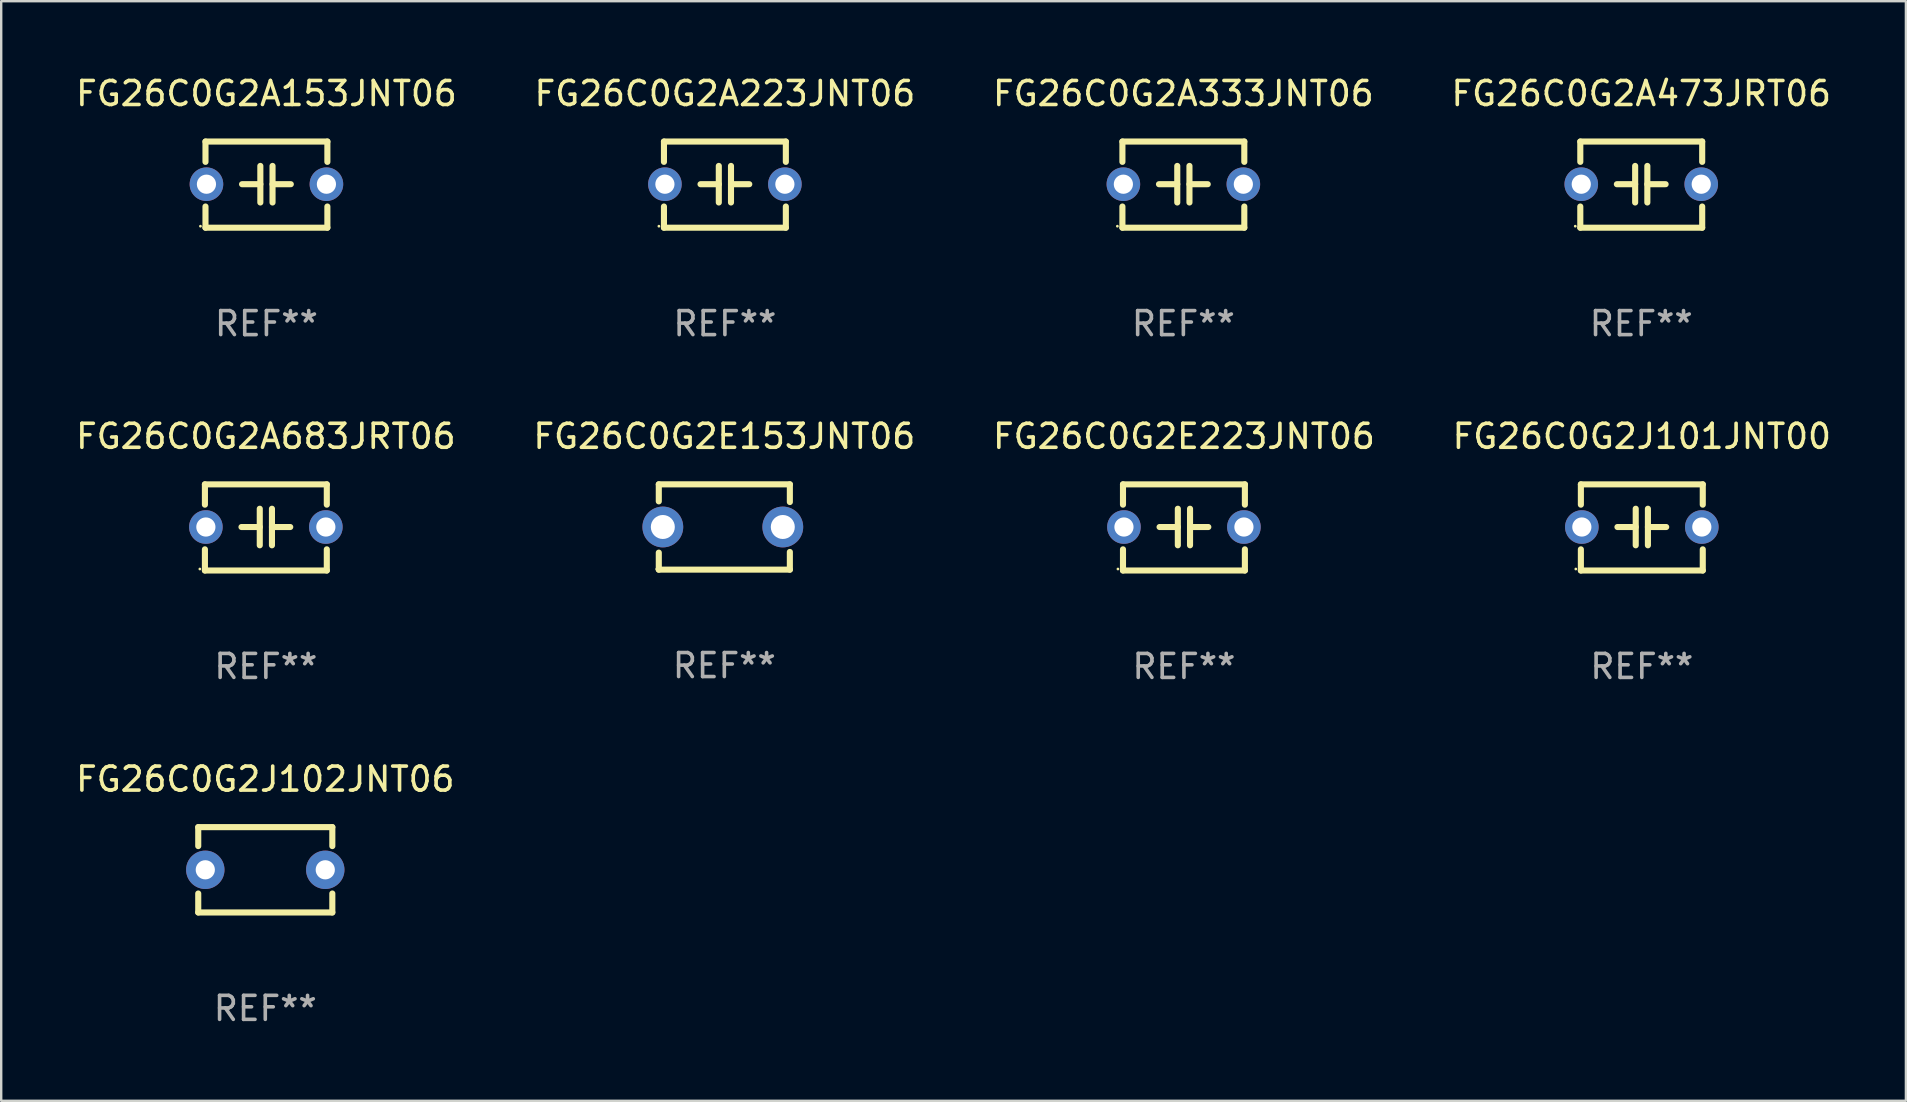
<source format=kicad_pcb>
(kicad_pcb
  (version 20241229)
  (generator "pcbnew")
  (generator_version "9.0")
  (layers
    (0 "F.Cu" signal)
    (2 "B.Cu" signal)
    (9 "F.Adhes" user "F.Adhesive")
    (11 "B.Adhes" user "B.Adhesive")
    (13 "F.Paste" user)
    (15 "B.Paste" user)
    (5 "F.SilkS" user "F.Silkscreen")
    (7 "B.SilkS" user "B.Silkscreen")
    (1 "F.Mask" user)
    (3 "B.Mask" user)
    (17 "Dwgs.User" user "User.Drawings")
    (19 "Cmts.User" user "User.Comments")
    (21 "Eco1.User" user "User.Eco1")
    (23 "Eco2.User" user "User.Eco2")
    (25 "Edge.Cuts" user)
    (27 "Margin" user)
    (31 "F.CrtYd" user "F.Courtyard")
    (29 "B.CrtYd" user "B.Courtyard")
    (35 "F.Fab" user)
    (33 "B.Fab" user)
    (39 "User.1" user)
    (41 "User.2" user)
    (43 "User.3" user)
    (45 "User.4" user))
  (footprint "FG26C0G2A223JNT06"
    (layer "F.Cu")
    (at 27.161 4.644)
    (property "Reference" "FG26C0G2A223JNT06" (at 0 -3.795 0) (layer "F.SilkS") (effects (font (size 1 1) (thickness 0.15))))
    (attr through_hole)
    (fp_line (start -2.54 -1.795) (end 2.54 -1.795) (stroke (width 0.254) (type solid)) (layer "F.SilkS"))
    (fp_line (start -2.54 -0.948) (end -2.54 -1.795) (stroke (width 0.254) (type solid)) (layer "F.SilkS"))
    (fp_line (start -2.54 1.795) (end -2.54 0.913) (stroke (width 0.254) (type solid)) (layer "F.SilkS"))
    (fp_line (start -1.016 -0.017) (end -0.254 -0.017) (stroke (width 0.254) (type solid)) (layer "F.SilkS"))
    (fp_line (start -0.254 0.745) (end -0.254 -0.779) (stroke (width 0.254) (type solid)) (layer "F.SilkS"))
    (fp_line (start 0.254 -0.779) (end 0.254 0.745) (stroke (width 0.254) (type solid)) (layer "F.SilkS"))
    (fp_line (start 1.016 -0.017) (end 0.254 -0.017) (stroke (width 0.254) (type solid)) (layer "F.SilkS"))
    (fp_line (start 2.54 -1.795) (end 2.54 -0.948) (stroke (width 0.254) (type solid)) (layer "F.SilkS"))
    (fp_line (start 2.54 1.795) (end -2.54 1.795) (stroke (width 0.254) (type solid)) (layer "F.SilkS"))
    (fp_line (start 2.54 1.795) (end 2.54 0.913) (stroke (width 0.254) (type solid)) (layer "F.SilkS"))
    (fp_circle (center -2.75 1.733) (end -2.72 1.733) (stroke (width 0.06) (type solid)) (fill no) (layer "F.SilkS"))
    (fp_text user "REF**" (at 0 5.795 0) (layer "F.Fab") (effects (font (size 1 1) (thickness 0.15))))
    (pad "1" thru_hole circle (at -2.5 -0.017) (size 1.4 1.4) (drill 0.8) (layers "*.Cu" "*.Mask"))
    (pad "2" thru_hole circle (at 2.5 -0.017) (size 1.4 1.4) (drill 0.8) (layers "*.Cu" "*.Mask")))
  (footprint "FG26C0G2J101JNT00"
    (layer "F.Cu")
    (at 65.375 18.931)
    (property "Reference" "FG26C0G2J101JNT00" (at 0 -3.795 0) (layer "F.SilkS") (effects (font (size 1 1) (thickness 0.15))))
    (attr through_hole)
    (fp_line (start -2.54 -1.795) (end 2.54 -1.795) (stroke (width 0.254) (type solid)) (layer "F.SilkS"))
    (fp_line (start -2.54 -0.948) (end -2.54 -1.795) (stroke (width 0.254) (type solid)) (layer "F.SilkS"))
    (fp_line (start -2.54 1.795) (end -2.54 0.913) (stroke (width 0.254) (type solid)) (layer "F.SilkS"))
    (fp_line (start -1.016 -0.017) (end -0.254 -0.017) (stroke (width 0.254) (type solid)) (layer "F.SilkS"))
    (fp_line (start -0.254 0.745) (end -0.254 -0.779) (stroke (width 0.254) (type solid)) (layer "F.SilkS"))
    (fp_line (start 0.254 -0.779) (end 0.254 0.745) (stroke (width 0.254) (type solid)) (layer "F.SilkS"))
    (fp_line (start 1.016 -0.017) (end 0.254 -0.017) (stroke (width 0.254) (type solid)) (layer "F.SilkS"))
    (fp_line (start 2.54 -1.795) (end 2.54 -0.948) (stroke (width 0.254) (type solid)) (layer "F.SilkS"))
    (fp_line (start 2.54 1.795) (end -2.54 1.795) (stroke (width 0.254) (type solid)) (layer "F.SilkS"))
    (fp_line (start 2.54 1.795) (end 2.54 0.913) (stroke (width 0.254) (type solid)) (layer "F.SilkS"))
    (fp_circle (center -2.75 1.733) (end -2.72 1.733) (stroke (width 0.06) (type solid)) (fill no) (layer "F.SilkS"))
    (fp_text user "REF**" (at 0 5.795 0) (layer "F.Fab") (effects (font (size 1 1) (thickness 0.15))))
    (pad "1" thru_hole circle (at -2.5 -0.017) (size 1.4 1.4) (drill 0.8) (layers "*.Cu" "*.Mask"))
    (pad "2" thru_hole circle (at 2.5 -0.017) (size 1.4 1.4) (drill 0.8) (layers "*.Cu" "*.Mask")))
  (footprint "FG26C0G2E153JNT06"
    (layer "F.Cu")
    (at 27.137 18.913)
    (property "Reference" "FG26C0G2E153JNT06" (at 0 -3.778 0) (layer "F.SilkS") (effects (font (size 1 1) (thickness 0.15))))
    (attr through_hole)
    (fp_line (start -2.731 -1.778) (end -2.731 -1.068) (stroke (width 0.254) (type solid)) (layer "F.SilkS"))
    (fp_line (start -2.731 1.068) (end -2.731 1.778) (stroke (width 0.254) (type solid)) (layer "F.SilkS"))
    (fp_line (start -2.731 1.778) (end 2.731 1.778) (stroke (width 0.254) (type solid)) (layer "F.SilkS"))
    (fp_line (start 2.731 -1.778) (end -2.731 -1.778) (stroke (width 0.254) (type solid)) (layer "F.SilkS"))
    (fp_line (start 2.731 -1.04) (end 2.731 -1.778) (stroke (width 0.254) (type solid)) (layer "F.SilkS"))
    (fp_line (start 2.731 1.778) (end 2.731 1.04) (stroke (width 0.254) (type solid)) (layer "F.SilkS"))
    (fp_circle (center -2.814 1.75) (end -2.784 1.75) (stroke (width 0.06) (type solid)) (fill no) (layer "F.SilkS"))
    (fp_text user "REF**" (at 0 5.778 0) (layer "F.Fab") (effects (font (size 1 1) (thickness 0.15))))
    (pad "1" thru_hole circle (at -2.563 0) (size 1.7 1.7) (drill 1) (layers "*.Cu" "*.Mask"))
    (pad "2" thru_hole circle (at 2.437 0) (size 1.7 1.7) (drill 1) (layers "*.Cu" "*.Mask")))
  (footprint "FG26C0G2A683JRT06"
    (layer "F.Cu")
    (at 8.03 18.931)
    (property "Reference" "FG26C0G2A683JRT06" (at 0 -3.795 0) (layer "F.SilkS") (effects (font (size 1 1) (thickness 0.15))))
    (attr through_hole)
    (fp_line (start -2.54 -1.795) (end 2.54 -1.795) (stroke (width 0.254) (type solid)) (layer "F.SilkS"))
    (fp_line (start -2.54 -0.948) (end -2.54 -1.795) (stroke (width 0.254) (type solid)) (layer "F.SilkS"))
    (fp_line (start -2.54 1.795) (end -2.54 0.913) (stroke (width 0.254) (type solid)) (layer "F.SilkS"))
    (fp_line (start -1.016 -0.017) (end -0.254 -0.017) (stroke (width 0.254) (type solid)) (layer "F.SilkS"))
    (fp_line (start -0.254 0.745) (end -0.254 -0.779) (stroke (width 0.254) (type solid)) (layer "F.SilkS"))
    (fp_line (start 0.254 -0.779) (end 0.254 0.745) (stroke (width 0.254) (type solid)) (layer "F.SilkS"))
    (fp_line (start 1.016 -0.017) (end 0.254 -0.017) (stroke (width 0.254) (type solid)) (layer "F.SilkS"))
    (fp_line (start 2.54 -1.795) (end 2.54 -0.948) (stroke (width 0.254) (type solid)) (layer "F.SilkS"))
    (fp_line (start 2.54 1.795) (end -2.54 1.795) (stroke (width 0.254) (type solid)) (layer "F.SilkS"))
    (fp_line (start 2.54 1.795) (end 2.54 0.913) (stroke (width 0.254) (type solid)) (layer "F.SilkS"))
    (fp_circle (center -2.75 1.733) (end -2.72 1.733) (stroke (width 0.06) (type solid)) (fill no) (layer "F.SilkS"))
    (fp_text user "REF**" (at 0 5.795 0) (layer "F.Fab") (effects (font (size 1 1) (thickness 0.15))))
    (pad "1" thru_hole circle (at -2.5 -0.017) (size 1.4 1.4) (drill 0.8) (layers "*.Cu" "*.Mask"))
    (pad "2" thru_hole circle (at 2.5 -0.017) (size 1.4 1.4) (drill 0.8) (layers "*.Cu" "*.Mask")))
  (footprint "FG26C0G2J102JNT06"
    (layer "F.Cu")
    (at 8.006 33.2)
    (property "Reference" "FG26C0G2J102JNT06" (at 0 -3.778 0) (layer "F.SilkS") (effects (font (size 1 1) (thickness 0.15))))
    (attr through_hole)
    (fp_line (start -2.794 -1.778) (end -2.794 -0.988) (stroke (width 0.254) (type solid)) (layer "F.SilkS"))
    (fp_line (start -2.794 0.988) (end -2.794 1.778) (stroke (width 0.254) (type solid)) (layer "F.SilkS"))
    (fp_line (start -2.794 1.778) (end 2.794 1.778) (stroke (width 0.254) (type solid)) (layer "F.SilkS"))
    (fp_line (start 2.794 -1.778) (end -2.794 -1.778) (stroke (width 0.254) (type solid)) (layer "F.SilkS"))
    (fp_line (start 2.794 -0.988) (end 2.794 -1.778) (stroke (width 0.254) (type solid)) (layer "F.SilkS"))
    (fp_line (start 2.794 1.778) (end 2.794 0.988) (stroke (width 0.254) (type solid)) (layer "F.SilkS"))
    (fp_circle (center -2.75 1.75) (end -2.72 1.75) (stroke (width 0.06) (type solid)) (fill no) (layer "F.SilkS"))
    (fp_text user "REF**" (at 0 5.778 0) (layer "F.Fab") (effects (font (size 1 1) (thickness 0.15))))
    (pad "1" thru_hole circle (at -2.5 0) (size 1.6 1.6) (drill 0.8) (layers "*.Cu" "*.Mask"))
    (pad "2" thru_hole circle (at 2.5 0) (size 1.6 1.6) (drill 0.8) (layers "*.Cu" "*.Mask")))
  (footprint "FG26C0G2A153JNT06"
    (layer "F.Cu")
    (at 8.054 4.644)
    (property "Reference" "FG26C0G2A153JNT06" (at 0 -3.795 0) (layer "F.SilkS") (effects (font (size 1 1) (thickness 0.15))))
    (attr through_hole)
    (fp_line (start -2.54 -1.795) (end 2.54 -1.795) (stroke (width 0.254) (type solid)) (layer "F.SilkS"))
    (fp_line (start -2.54 -0.948) (end -2.54 -1.795) (stroke (width 0.254) (type solid)) (layer "F.SilkS"))
    (fp_line (start -2.54 1.795) (end -2.54 0.913) (stroke (width 0.254) (type solid)) (layer "F.SilkS"))
    (fp_line (start -1.016 -0.017) (end -0.254 -0.017) (stroke (width 0.254) (type solid)) (layer "F.SilkS"))
    (fp_line (start -0.254 0.745) (end -0.254 -0.779) (stroke (width 0.254) (type solid)) (layer "F.SilkS"))
    (fp_line (start 0.254 -0.779) (end 0.254 0.745) (stroke (width 0.254) (type solid)) (layer "F.SilkS"))
    (fp_line (start 1.016 -0.017) (end 0.254 -0.017) (stroke (width 0.254) (type solid)) (layer "F.SilkS"))
    (fp_line (start 2.54 -1.795) (end 2.54 -0.948) (stroke (width 0.254) (type solid)) (layer "F.SilkS"))
    (fp_line (start 2.54 1.795) (end -2.54 1.795) (stroke (width 0.254) (type solid)) (layer "F.SilkS"))
    (fp_line (start 2.54 1.795) (end 2.54 0.913) (stroke (width 0.254) (type solid)) (layer "F.SilkS"))
    (fp_circle (center -2.75 1.733) (end -2.72 1.733) (stroke (width 0.06) (type solid)) (fill no) (layer "F.SilkS"))
    (fp_text user "REF**" (at 0 5.795 0) (layer "F.Fab") (effects (font (size 1 1) (thickness 0.15))))
    (pad "1" thru_hole circle (at -2.5 -0.017) (size 1.4 1.4) (drill 0.8) (layers "*.Cu" "*.Mask"))
    (pad "2" thru_hole circle (at 2.5 -0.017) (size 1.4 1.4) (drill 0.8) (layers "*.Cu" "*.Mask")))
  (footprint "FG26C0G2E223JNT06"
    (layer "F.Cu")
    (at 46.292 18.931)
    (property "Reference" "FG26C0G2E223JNT06" (at 0 -3.795 0) (layer "F.SilkS") (effects (font (size 1 1) (thickness 0.15))))
    (attr through_hole)
    (fp_line (start -2.54 -1.795) (end 2.54 -1.795) (stroke (width 0.254) (type solid)) (layer "F.SilkS"))
    (fp_line (start -2.54 -0.948) (end -2.54 -1.795) (stroke (width 0.254) (type solid)) (layer "F.SilkS"))
    (fp_line (start -2.54 1.795) (end -2.54 0.913) (stroke (width 0.254) (type solid)) (layer "F.SilkS"))
    (fp_line (start -1.016 -0.017) (end -0.254 -0.017) (stroke (width 0.254) (type solid)) (layer "F.SilkS"))
    (fp_line (start -0.254 0.745) (end -0.254 -0.779) (stroke (width 0.254) (type solid)) (layer "F.SilkS"))
    (fp_line (start 0.254 -0.779) (end 0.254 0.745) (stroke (width 0.254) (type solid)) (layer "F.SilkS"))
    (fp_line (start 1.016 -0.017) (end 0.254 -0.017) (stroke (width 0.254) (type solid)) (layer "F.SilkS"))
    (fp_line (start 2.54 -1.795) (end 2.54 -0.948) (stroke (width 0.254) (type solid)) (layer "F.SilkS"))
    (fp_line (start 2.54 1.795) (end -2.54 1.795) (stroke (width 0.254) (type solid)) (layer "F.SilkS"))
    (fp_line (start 2.54 1.795) (end 2.54 0.913) (stroke (width 0.254) (type solid)) (layer "F.SilkS"))
    (fp_circle (center -2.75 1.733) (end -2.72 1.733) (stroke (width 0.06) (type solid)) (fill no) (layer "F.SilkS"))
    (fp_text user "REF**" (at 0 5.795 0) (layer "F.Fab") (effects (font (size 1 1) (thickness 0.15))))
    (pad "1" thru_hole circle (at -2.5 -0.017) (size 1.4 1.4) (drill 0.8) (layers "*.Cu" "*.Mask"))
    (pad "2" thru_hole circle (at 2.5 -0.017) (size 1.4 1.4) (drill 0.8) (layers "*.Cu" "*.Mask")))
  (footprint "FG26C0G2A473JRT06"
    (layer "F.Cu")
    (at 65.351 4.644)
    (property "Reference" "FG26C0G2A473JRT06" (at 0 -3.795 0) (layer "F.SilkS") (effects (font (size 1 1) (thickness 0.15))))
    (attr through_hole)
    (fp_line (start -2.54 -1.795) (end 2.54 -1.795) (stroke (width 0.254) (type solid)) (layer "F.SilkS"))
    (fp_line (start -2.54 -0.948) (end -2.54 -1.795) (stroke (width 0.254) (type solid)) (layer "F.SilkS"))
    (fp_line (start -2.54 1.795) (end -2.54 0.913) (stroke (width 0.254) (type solid)) (layer "F.SilkS"))
    (fp_line (start -1.016 -0.017) (end -0.254 -0.017) (stroke (width 0.254) (type solid)) (layer "F.SilkS"))
    (fp_line (start -0.254 0.745) (end -0.254 -0.779) (stroke (width 0.254) (type solid)) (layer "F.SilkS"))
    (fp_line (start 0.254 -0.779) (end 0.254 0.745) (stroke (width 0.254) (type solid)) (layer "F.SilkS"))
    (fp_line (start 1.016 -0.017) (end 0.254 -0.017) (stroke (width 0.254) (type solid)) (layer "F.SilkS"))
    (fp_line (start 2.54 -1.795) (end 2.54 -0.948) (stroke (width 0.254) (type solid)) (layer "F.SilkS"))
    (fp_line (start 2.54 1.795) (end -2.54 1.795) (stroke (width 0.254) (type solid)) (layer "F.SilkS"))
    (fp_line (start 2.54 1.795) (end 2.54 0.913) (stroke (width 0.254) (type solid)) (layer "F.SilkS"))
    (fp_circle (center -2.75 1.733) (end -2.72 1.733) (stroke (width 0.06) (type solid)) (fill no) (layer "F.SilkS"))
    (fp_text user "REF**" (at 0 5.795 0) (layer "F.Fab") (effects (font (size 1 1) (thickness 0.15))))
    (pad "1" thru_hole circle (at -2.5 -0.017) (size 1.4 1.4) (drill 0.8) (layers "*.Cu" "*.Mask"))
    (pad "2" thru_hole circle (at 2.5 -0.017) (size 1.4 1.4) (drill 0.8) (layers "*.Cu" "*.Mask")))
  (footprint "FG26C0G2A333JNT06"
    (layer "F.Cu")
    (at 46.268 4.644)
    (property "Reference" "FG26C0G2A333JNT06" (at 0 -3.795 0) (layer "F.SilkS") (effects (font (size 1 1) (thickness 0.15))))
    (attr through_hole)
    (fp_line (start -2.54 -1.795) (end 2.54 -1.795) (stroke (width 0.254) (type solid)) (layer "F.SilkS"))
    (fp_line (start -2.54 -0.948) (end -2.54 -1.795) (stroke (width 0.254) (type solid)) (layer "F.SilkS"))
    (fp_line (start -2.54 1.795) (end -2.54 0.913) (stroke (width 0.254) (type solid)) (layer "F.SilkS"))
    (fp_line (start -1.016 -0.017) (end -0.254 -0.017) (stroke (width 0.254) (type solid)) (layer "F.SilkS"))
    (fp_line (start -0.254 0.745) (end -0.254 -0.779) (stroke (width 0.254) (type solid)) (layer "F.SilkS"))
    (fp_line (start 0.254 -0.779) (end 0.254 0.745) (stroke (width 0.254) (type solid)) (layer "F.SilkS"))
    (fp_line (start 1.016 -0.017) (end 0.254 -0.017) (stroke (width 0.254) (type solid)) (layer "F.SilkS"))
    (fp_line (start 2.54 -1.795) (end 2.54 -0.948) (stroke (width 0.254) (type solid)) (layer "F.SilkS"))
    (fp_line (start 2.54 1.795) (end -2.54 1.795) (stroke (width 0.254) (type solid)) (layer "F.SilkS"))
    (fp_line (start 2.54 1.795) (end 2.54 0.913) (stroke (width 0.254) (type solid)) (layer "F.SilkS"))
    (fp_circle (center -2.75 1.733) (end -2.72 1.733) (stroke (width 0.06) (type solid)) (fill no) (layer "F.SilkS"))
    (fp_text user "REF**" (at 0 5.795 0) (layer "F.Fab") (effects (font (size 1 1) (thickness 0.15))))
    (pad "1" thru_hole circle (at -2.5 -0.017) (size 1.4 1.4) (drill 0.8) (layers "*.Cu" "*.Mask"))
    (pad "2" thru_hole circle (at 2.5 -0.017) (size 1.4 1.4) (drill 0.8) (layers "*.Cu" "*.Mask")))
  (gr_rect
    (start -3 -3)
    (end 76.381 42.827)
    (stroke (width 0.1) (type default))
    (fill no)
    (layer "Edge.Cuts")))
</source>
